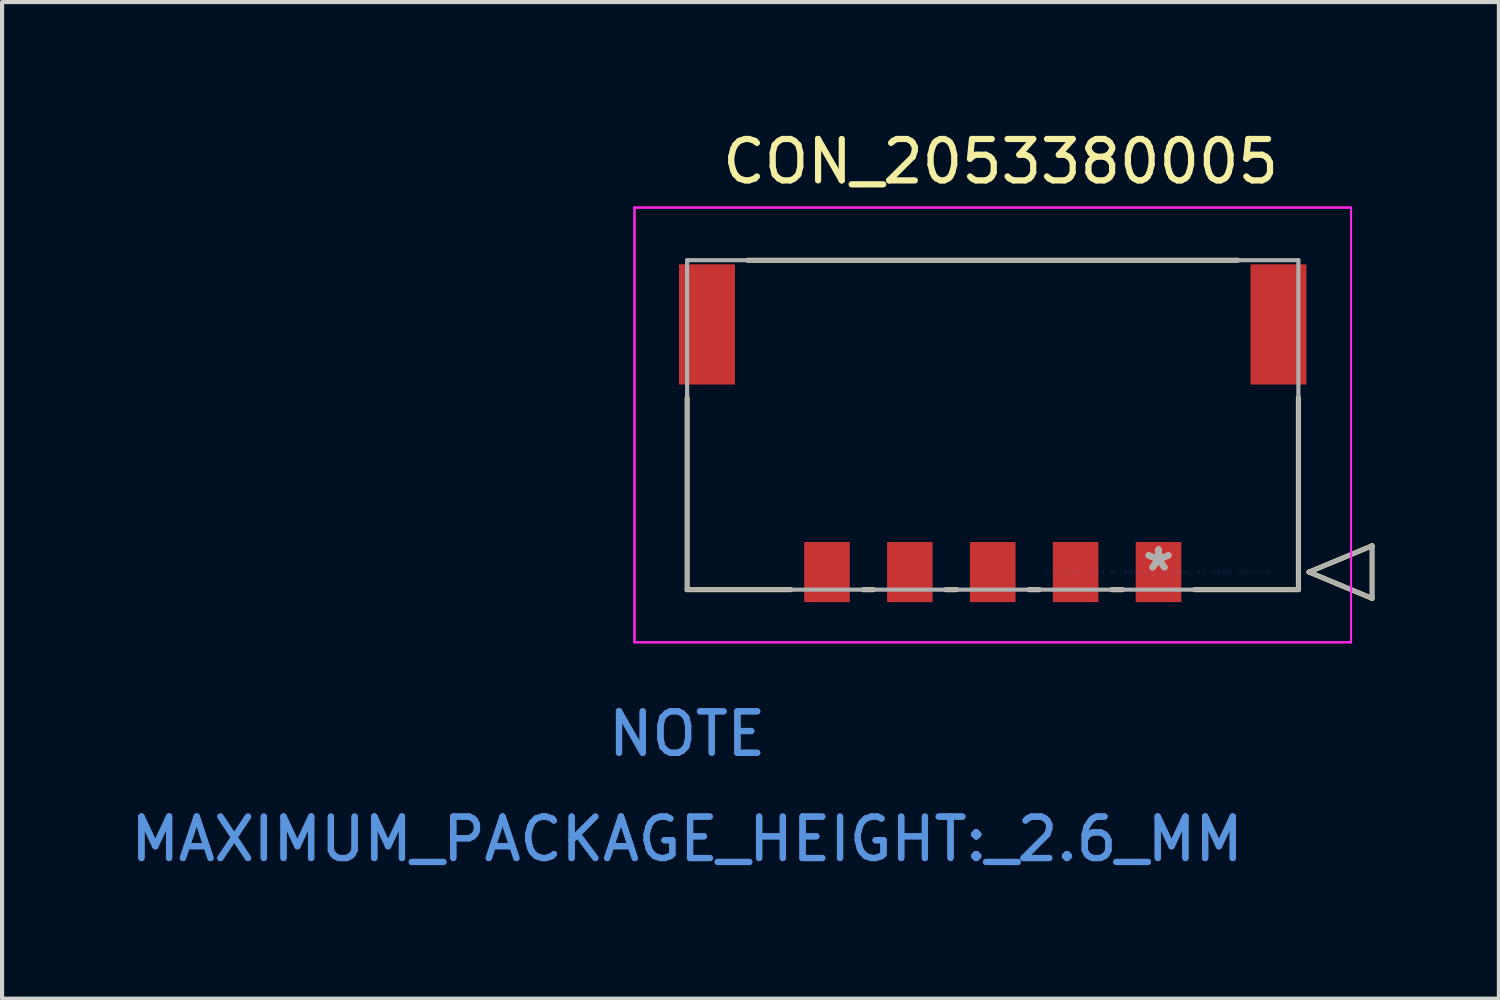
<source format=kicad_pcb>
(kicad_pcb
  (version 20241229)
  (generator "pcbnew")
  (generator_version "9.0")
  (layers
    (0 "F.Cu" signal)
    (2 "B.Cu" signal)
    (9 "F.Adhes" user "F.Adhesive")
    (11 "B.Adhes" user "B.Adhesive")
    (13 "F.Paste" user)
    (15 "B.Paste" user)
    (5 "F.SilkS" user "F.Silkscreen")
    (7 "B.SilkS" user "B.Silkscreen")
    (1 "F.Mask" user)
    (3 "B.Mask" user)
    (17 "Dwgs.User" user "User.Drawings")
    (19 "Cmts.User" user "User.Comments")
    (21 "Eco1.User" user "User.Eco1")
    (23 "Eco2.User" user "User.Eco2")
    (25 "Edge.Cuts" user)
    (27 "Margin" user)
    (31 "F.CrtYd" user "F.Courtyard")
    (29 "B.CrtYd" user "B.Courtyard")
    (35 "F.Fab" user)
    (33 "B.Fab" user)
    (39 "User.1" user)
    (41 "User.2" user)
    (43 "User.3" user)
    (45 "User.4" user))
  (footprint "CON_2053380005"
    (layer "F.Cu")
    (at 24.905 10.754)
    (property "Reference" "CON_2053380005" (at -3.81 -9.906 0) (layer "F.SilkS") (effects (font (size 1 1) (thickness 0.15))))
    (attr through_hole)
    (fp_line (start -11.375 -4.205) (end -11.375 0.425) (stroke (width 0.12) (type solid)) (layer "F.SilkS"))
    (fp_line (start -11.375 0.425) (end -8.87 0.425) (stroke (width 0.12) (type solid)) (layer "F.SilkS"))
    (fp_line (start -7.13 0.425) (end -6.87 0.425) (stroke (width 0.12) (type solid)) (layer "F.SilkS"))
    (fp_line (start -5.13 0.425) (end -4.87 0.425) (stroke (width 0.12) (type solid)) (layer "F.SilkS"))
    (fp_line (start -3.13 0.425) (end -2.87 0.425) (stroke (width 0.12) (type solid)) (layer "F.SilkS"))
    (fp_line (start -1.13 0.425) (end -0.87 0.425) (stroke (width 0.12) (type solid)) (layer "F.SilkS"))
    (fp_line (start 0.87 0.425) (end 3.375 0.425) (stroke (width 0.12) (type solid)) (layer "F.SilkS"))
    (fp_line (start 1.916 -7.525) (end -9.916 -7.525) (stroke (width 0.12) (type solid)) (layer "F.SilkS"))
    (fp_line (start 3.375 0.425) (end 3.375 -4.205) (stroke (width 0.12) (type solid)) (layer "F.SilkS"))
    (fp_line (start 3.629 0) (end 5.153 -0.635) (stroke (width 0.12) (type solid)) (layer "F.SilkS"))
    (fp_line (start 5.153 -0.635) (end 5.153 0.635) (stroke (width 0.12) (type solid)) (layer "F.SilkS"))
    (fp_line (start 5.153 0.635) (end 3.629 0) (stroke (width 0.12) (type solid)) (layer "F.SilkS"))
    (fp_line (start -12.645 -8.795) (end -12.645 1.695) (stroke (width 0.05) (type solid)) (layer "F.CrtYd"))
    (fp_line (start -12.645 -8.795) (end -12.645 1.695) (stroke (width 0.05) (type solid)) (layer "F.CrtYd"))
    (fp_line (start -12.645 1.695) (end 4.645 1.695) (stroke (width 0.05) (type solid)) (layer "F.CrtYd"))
    (fp_line (start -12.645 1.695) (end 4.645 1.695) (stroke (width 0.05) (type solid)) (layer "F.CrtYd"))
    (fp_line (start 4.645 -8.795) (end -12.645 -8.795) (stroke (width 0.05) (type solid)) (layer "F.CrtYd"))
    (fp_line (start 4.645 -8.795) (end -12.645 -8.795) (stroke (width 0.05) (type solid)) (layer "F.CrtYd"))
    (fp_line (start 4.645 1.695) (end 4.645 -8.795) (stroke (width 0.05) (type solid)) (layer "F.CrtYd"))
    (fp_line (start 4.645 1.695) (end 4.645 -8.795) (stroke (width 0.05) (type solid)) (layer "F.CrtYd"))
    (fp_line (start -11.375 -7.525) (end -11.375 0.425) (stroke (width 0.1) (type solid)) (layer "F.Fab"))
    (fp_line (start -11.375 0.425) (end 3.375 0.425) (stroke (width 0.1) (type solid)) (layer "F.Fab"))
    (fp_line (start 3.375 -7.525) (end -11.375 -7.525) (stroke (width 0.1) (type solid)) (layer "F.Fab"))
    (fp_line (start 3.375 0.425) (end 3.375 -7.525) (stroke (width 0.1) (type solid)) (layer "F.Fab"))
    (fp_line (start 3.629 0) (end 5.153 -0.635) (stroke (width 0.1) (type solid)) (layer "F.Fab"))
    (fp_line (start 5.153 -0.635) (end 5.153 0.635) (stroke (width 0.1) (type solid)) (layer "F.Fab"))
    (fp_line (start 5.153 0.635) (end 3.629 0) (stroke (width 0.1) (type solid)) (layer "F.Fab"))
    (fp_text user "*" (at 0 0 0) (layer "F.SilkS") (effects (font (size 1 1) (thickness 0.15))))
    (fp_text user "NOTE" (at -11.375 3.905 0) (layer "Cmts.User") (effects (font (size 1 1) (thickness 0.15))))
    (fp_text user "Copyright 2021 Accelerated Designs. All rights reserved." (at 0 0 0) (layer "Cmts.User") (effects (font (size 0.127 0.127) (thickness 0.002))))
    (fp_text user "MAXIMUM_PACKAGE_HEIGHT:_2.6_MM" (at -11.375 6.445 0) (layer "Cmts.User") (effects (font (size 1 1) (thickness 0.15))))
    (fp_text user "MAXIMUM_PACKAGE_HEIGHT:_2.6_MM" (at -11.375 6.445 0) (layer "Cmts.User") (effects (font (size 1 1) (thickness 0.15))))
    (fp_text user "NOTE" (at -11.375 3.905 0) (layer "Cmts.User") (effects (font (size 1 1) (thickness 0.15))))
    (fp_text user "*" (at 0 0 0) (layer "F.Fab") (effects (font (size 1 1) (thickness 0.15))))
    (pad "1" smd rect (at 0 0) (size 1.1 1.45) (layers "F.Cu" "F.Mask" "F.Paste"))
    (pad "2" smd rect (at -2 0) (size 1.1 1.45) (layers "F.Cu" "F.Mask" "F.Paste"))
    (pad "3" smd rect (at -4 0) (size 1.1 1.45) (layers "F.Cu" "F.Mask" "F.Paste"))
    (pad "4" smd rect (at -6 0) (size 1.1 1.45) (layers "F.Cu" "F.Mask" "F.Paste"))
    (pad "5" smd rect (at -8 0) (size 1.1 1.45) (layers "F.Cu" "F.Mask" "F.Paste"))
    (pad "6" smd rect (at 2.895 -5.975) (size 1.35 2.9) (layers "F.Cu" "F.Mask" "F.Paste"))
    (pad "7" smd rect (at -10.895 -5.975) (size 1.35 2.9) (layers "F.Cu" "F.Mask" "F.Paste")))
  (gr_rect
    (start -3 -3)
    (end 33.118 21.048)
    (stroke (width 0.1) (type default))
    (fill no)
    (layer "Edge.Cuts")))
</source>
